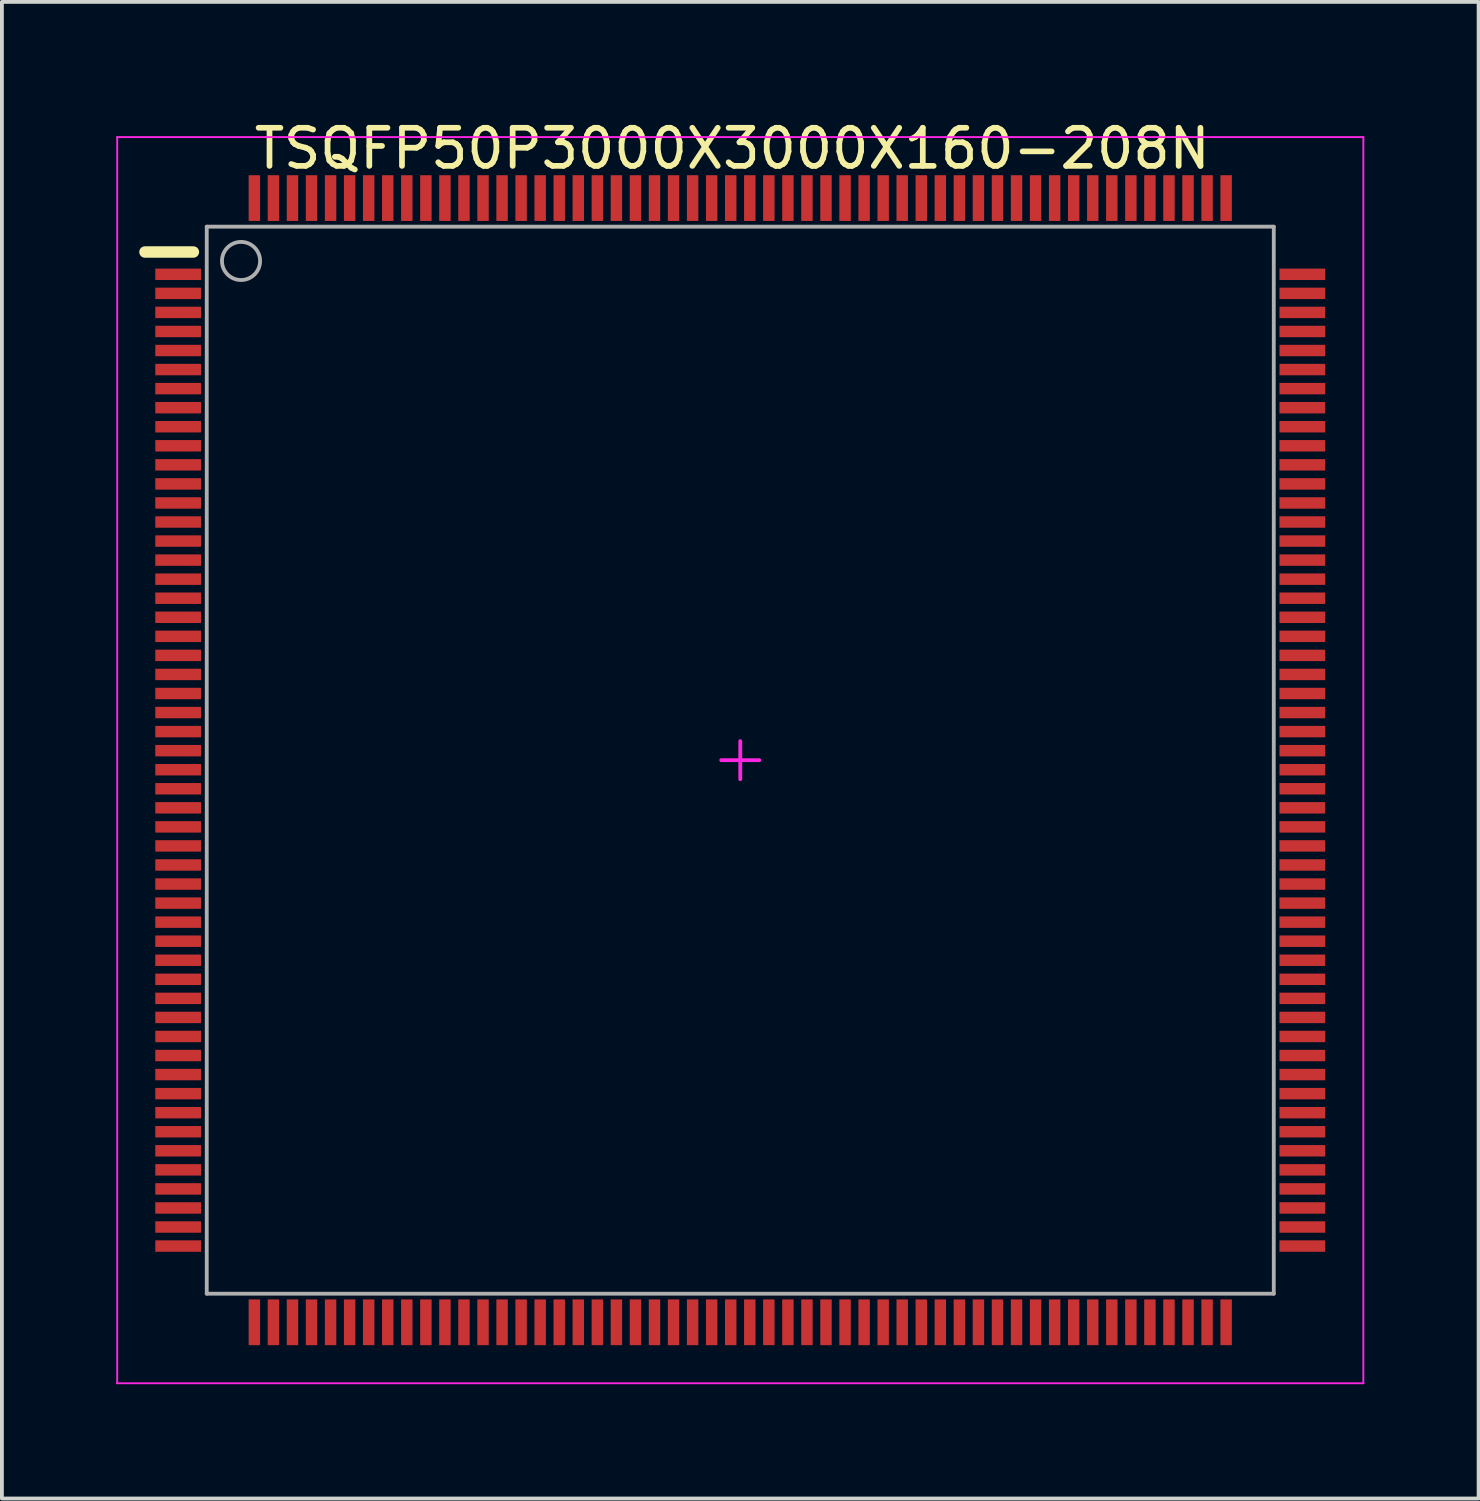
<source format=kicad_pcb>
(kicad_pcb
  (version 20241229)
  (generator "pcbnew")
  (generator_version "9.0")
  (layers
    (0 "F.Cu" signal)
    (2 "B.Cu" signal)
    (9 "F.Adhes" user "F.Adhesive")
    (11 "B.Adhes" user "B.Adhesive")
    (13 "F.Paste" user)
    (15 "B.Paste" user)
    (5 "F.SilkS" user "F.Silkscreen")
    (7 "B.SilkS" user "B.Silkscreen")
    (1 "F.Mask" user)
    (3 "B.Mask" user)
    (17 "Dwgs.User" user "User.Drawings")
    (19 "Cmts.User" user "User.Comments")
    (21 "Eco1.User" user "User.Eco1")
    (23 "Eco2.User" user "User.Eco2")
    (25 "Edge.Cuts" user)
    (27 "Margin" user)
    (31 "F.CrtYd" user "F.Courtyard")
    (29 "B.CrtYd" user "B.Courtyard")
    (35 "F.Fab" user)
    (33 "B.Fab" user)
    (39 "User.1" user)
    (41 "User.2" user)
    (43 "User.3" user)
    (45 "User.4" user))
  (footprint "TSQFP50P3000X3000X160-208N"
    (layer "F.Cu")
    (at 16.375 16.898)
    (property "Reference" "TSQFP50P3000X3000X160-208N" (at -0.21 -16.05 0) (layer "F.SilkS") (effects (font (size 1 1) (thickness 0.15))))
    (fp_line (start -15.621 -13.335) (end -14.351 -13.335) (stroke (width 0.3) (type solid)) (layer "F.SilkS"))
    (fp_line (start -16.35 -16.35) (end -16.35 16.35) (stroke (width 0.05) (type solid)) (layer "F.CrtYd"))
    (fp_line (start -16.35 -16.35) (end 16.35 -16.35) (stroke (width 0.05) (type solid)) (layer "F.CrtYd"))
    (fp_line (start -16.35 16.35) (end 16.35 16.35) (stroke (width 0.05) (type solid)) (layer "F.CrtYd"))
    (fp_line (start -0.5 0) (end 0.5 0) (stroke (width 0.1) (type solid)) (layer "F.CrtYd"))
    (fp_line (start 0 0.5) (end 0 -0.5) (stroke (width 0.1) (type solid)) (layer "F.CrtYd"))
    (fp_line (start 16.35 16.35) (end 16.35 -16.35) (stroke (width 0.05) (type solid)) (layer "F.CrtYd"))
    (fp_line (start -14 -14) (end 14 -14) (stroke (width 0.1) (type solid)) (layer "F.Fab"))
    (fp_line (start -14 14) (end -14 -14) (stroke (width 0.1) (type solid)) (layer "F.Fab"))
    (fp_line (start -14 14) (end 14 14) (stroke (width 0.1) (type solid)) (layer "F.Fab"))
    (fp_line (start 14 14) (end 14 -14) (stroke (width 0.1) (type solid)) (layer "F.Fab"))
    (fp_circle (center -13.1 -13.1) (end -13.1 -13.6) (stroke (width 0.1) (type solid)) (fill no) (layer "F.Fab"))
    (pad "1" smd rect (at -14.75 -12.75 90) (size 0.3 1.2) (layers "F.Cu" "F.Mask" "F.Paste"))
    (pad "2" smd rect (at -14.75 -12.25 90) (size 0.3 1.2) (layers "F.Cu" "F.Mask" "F.Paste"))
    (pad "3" smd rect (at -14.75 -11.75 90) (size 0.3 1.2) (layers "F.Cu" "F.Mask" "F.Paste"))
    (pad "4" smd rect (at -14.75 -11.25 90) (size 0.3 1.2) (layers "F.Cu" "F.Mask" "F.Paste"))
    (pad "5" smd rect (at -14.75 -10.75 90) (size 0.3 1.2) (layers "F.Cu" "F.Mask" "F.Paste"))
    (pad "6" smd rect (at -14.75 -10.25 90) (size 0.3 1.2) (layers "F.Cu" "F.Mask" "F.Paste"))
    (pad "7" smd rect (at -14.75 -9.75 90) (size 0.3 1.2) (layers "F.Cu" "F.Mask" "F.Paste"))
    (pad "8" smd rect (at -14.75 -9.25 90) (size 0.3 1.2) (layers "F.Cu" "F.Mask" "F.Paste"))
    (pad "9" smd rect (at -14.75 -8.75 90) (size 0.3 1.2) (layers "F.Cu" "F.Mask" "F.Paste"))
    (pad "10" smd rect (at -14.75 -8.25 90) (size 0.3 1.2) (layers "F.Cu" "F.Mask" "F.Paste"))
    (pad "11" smd rect (at -14.75 -7.75 90) (size 0.3 1.2) (layers "F.Cu" "F.Mask" "F.Paste"))
    (pad "12" smd rect (at -14.75 -7.25 90) (size 0.3 1.2) (layers "F.Cu" "F.Mask" "F.Paste"))
    (pad "13" smd rect (at -14.75 -6.75 90) (size 0.3 1.2) (layers "F.Cu" "F.Mask" "F.Paste"))
    (pad "14" smd rect (at -14.75 -6.25 90) (size 0.3 1.2) (layers "F.Cu" "F.Mask" "F.Paste"))
    (pad "15" smd rect (at -14.75 -5.75 90) (size 0.3 1.2) (layers "F.Cu" "F.Mask" "F.Paste"))
    (pad "16" smd rect (at -14.75 -5.25 90) (size 0.3 1.2) (layers "F.Cu" "F.Mask" "F.Paste"))
    (pad "17" smd rect (at -14.75 -4.75 90) (size 0.3 1.2) (layers "F.Cu" "F.Mask" "F.Paste"))
    (pad "18" smd rect (at -14.75 -4.25 90) (size 0.3 1.2) (layers "F.Cu" "F.Mask" "F.Paste"))
    (pad "19" smd rect (at -14.75 -3.75 90) (size 0.3 1.2) (layers "F.Cu" "F.Mask" "F.Paste"))
    (pad "20" smd rect (at -14.75 -3.25 90) (size 0.3 1.2) (layers "F.Cu" "F.Mask" "F.Paste"))
    (pad "21" smd rect (at -14.75 -2.75 90) (size 0.3 1.2) (layers "F.Cu" "F.Mask" "F.Paste"))
    (pad "22" smd rect (at -14.75 -2.25 90) (size 0.3 1.2) (layers "F.Cu" "F.Mask" "F.Paste"))
    (pad "23" smd rect (at -14.75 -1.75 90) (size 0.3 1.2) (layers "F.Cu" "F.Mask" "F.Paste"))
    (pad "24" smd rect (at -14.75 -1.25 90) (size 0.3 1.2) (layers "F.Cu" "F.Mask" "F.Paste"))
    (pad "25" smd rect (at -14.75 -0.75 90) (size 0.3 1.2) (layers "F.Cu" "F.Mask" "F.Paste"))
    (pad "26" smd rect (at -14.75 -0.25 90) (size 0.3 1.2) (layers "F.Cu" "F.Mask" "F.Paste"))
    (pad "27" smd rect (at -14.75 0.25 90) (size 0.3 1.2) (layers "F.Cu" "F.Mask" "F.Paste"))
    (pad "28" smd rect (at -14.75 0.75 90) (size 0.3 1.2) (layers "F.Cu" "F.Mask" "F.Paste"))
    (pad "29" smd rect (at -14.75 1.25 90) (size 0.3 1.2) (layers "F.Cu" "F.Mask" "F.Paste"))
    (pad "30" smd rect (at -14.75 1.75 90) (size 0.3 1.2) (layers "F.Cu" "F.Mask" "F.Paste"))
    (pad "31" smd rect (at -14.75 2.25 90) (size 0.3 1.2) (layers "F.Cu" "F.Mask" "F.Paste"))
    (pad "32" smd rect (at -14.75 2.75 90) (size 0.3 1.2) (layers "F.Cu" "F.Mask" "F.Paste"))
    (pad "33" smd rect (at -14.75 3.25 90) (size 0.3 1.2) (layers "F.Cu" "F.Mask" "F.Paste"))
    (pad "34" smd rect (at -14.75 3.75 90) (size 0.3 1.2) (layers "F.Cu" "F.Mask" "F.Paste"))
    (pad "35" smd rect (at -14.75 4.25 90) (size 0.3 1.2) (layers "F.Cu" "F.Mask" "F.Paste"))
    (pad "36" smd rect (at -14.75 4.75 90) (size 0.3 1.2) (layers "F.Cu" "F.Mask" "F.Paste"))
    (pad "37" smd rect (at -14.75 5.25 90) (size 0.3 1.2) (layers "F.Cu" "F.Mask" "F.Paste"))
    (pad "38" smd rect (at -14.75 5.75 90) (size 0.3 1.2) (layers "F.Cu" "F.Mask" "F.Paste"))
    (pad "39" smd rect (at -14.75 6.25 90) (size 0.3 1.2) (layers "F.Cu" "F.Mask" "F.Paste"))
    (pad "40" smd rect (at -14.75 6.75 90) (size 0.3 1.2) (layers "F.Cu" "F.Mask" "F.Paste"))
    (pad "41" smd rect (at -14.75 7.25 90) (size 0.3 1.2) (layers "F.Cu" "F.Mask" "F.Paste"))
    (pad "42" smd rect (at -14.75 7.75 90) (size 0.3 1.2) (layers "F.Cu" "F.Mask" "F.Paste"))
    (pad "43" smd rect (at -14.75 8.25 90) (size 0.3 1.2) (layers "F.Cu" "F.Mask" "F.Paste"))
    (pad "44" smd rect (at -14.75 8.75 90) (size 0.3 1.2) (layers "F.Cu" "F.Mask" "F.Paste"))
    (pad "45" smd rect (at -14.75 9.25 90) (size 0.3 1.2) (layers "F.Cu" "F.Mask" "F.Paste"))
    (pad "46" smd rect (at -14.75 9.75 90) (size 0.3 1.2) (layers "F.Cu" "F.Mask" "F.Paste"))
    (pad "47" smd rect (at -14.75 10.25 90) (size 0.3 1.2) (layers "F.Cu" "F.Mask" "F.Paste"))
    (pad "48" smd rect (at -14.75 10.75 90) (size 0.3 1.2) (layers "F.Cu" "F.Mask" "F.Paste"))
    (pad "49" smd rect (at -14.75 11.25 90) (size 0.3 1.2) (layers "F.Cu" "F.Mask" "F.Paste"))
    (pad "50" smd rect (at -14.75 11.75 90) (size 0.3 1.2) (layers "F.Cu" "F.Mask" "F.Paste"))
    (pad "51" smd rect (at -14.75 12.25 90) (size 0.3 1.2) (layers "F.Cu" "F.Mask" "F.Paste"))
    (pad "52" smd rect (at -14.75 12.75 90) (size 0.3 1.2) (layers "F.Cu" "F.Mask" "F.Paste"))
    (pad "53" smd rect (at -12.75 14.75) (size 0.3 1.2) (layers "F.Cu" "F.Mask" "F.Paste"))
    (pad "54" smd rect (at -12.25 14.75) (size 0.3 1.2) (layers "F.Cu" "F.Mask" "F.Paste"))
    (pad "55" smd rect (at -11.75 14.75) (size 0.3 1.2) (layers "F.Cu" "F.Mask" "F.Paste"))
    (pad "56" smd rect (at -11.25 14.75) (size 0.3 1.2) (layers "F.Cu" "F.Mask" "F.Paste"))
    (pad "57" smd rect (at -10.75 14.75) (size 0.3 1.2) (layers "F.Cu" "F.Mask" "F.Paste"))
    (pad "58" smd rect (at -10.25 14.75) (size 0.3 1.2) (layers "F.Cu" "F.Mask" "F.Paste"))
    (pad "59" smd rect (at -9.75 14.75) (size 0.3 1.2) (layers "F.Cu" "F.Mask" "F.Paste"))
    (pad "60" smd rect (at -9.25 14.75) (size 0.3 1.2) (layers "F.Cu" "F.Mask" "F.Paste"))
    (pad "61" smd rect (at -8.75 14.75) (size 0.3 1.2) (layers "F.Cu" "F.Mask" "F.Paste"))
    (pad "62" smd rect (at -8.25 14.75) (size 0.3 1.2) (layers "F.Cu" "F.Mask" "F.Paste"))
    (pad "63" smd rect (at -7.75 14.75) (size 0.3 1.2) (layers "F.Cu" "F.Mask" "F.Paste"))
    (pad "64" smd rect (at -7.25 14.75) (size 0.3 1.2) (layers "F.Cu" "F.Mask" "F.Paste"))
    (pad "65" smd rect (at -6.75 14.75) (size 0.3 1.2) (layers "F.Cu" "F.Mask" "F.Paste"))
    (pad "66" smd rect (at -6.25 14.75) (size 0.3 1.2) (layers "F.Cu" "F.Mask" "F.Paste"))
    (pad "67" smd rect (at -5.75 14.75) (size 0.3 1.2) (layers "F.Cu" "F.Mask" "F.Paste"))
    (pad "68" smd rect (at -5.25 14.75) (size 0.3 1.2) (layers "F.Cu" "F.Mask" "F.Paste"))
    (pad "69" smd rect (at -4.75 14.75) (size 0.3 1.2) (layers "F.Cu" "F.Mask" "F.Paste"))
    (pad "70" smd rect (at -4.25 14.75) (size 0.3 1.2) (layers "F.Cu" "F.Mask" "F.Paste"))
    (pad "71" smd rect (at -3.75 14.75) (size 0.3 1.2) (layers "F.Cu" "F.Mask" "F.Paste"))
    (pad "72" smd rect (at -3.25 14.75) (size 0.3 1.2) (layers "F.Cu" "F.Mask" "F.Paste"))
    (pad "73" smd rect (at -2.75 14.75) (size 0.3 1.2) (layers "F.Cu" "F.Mask" "F.Paste"))
    (pad "74" smd rect (at -2.25 14.75) (size 0.3 1.2) (layers "F.Cu" "F.Mask" "F.Paste"))
    (pad "75" smd rect (at -1.75 14.75) (size 0.3 1.2) (layers "F.Cu" "F.Mask" "F.Paste"))
    (pad "76" smd rect (at -1.25 14.75) (size 0.3 1.2) (layers "F.Cu" "F.Mask" "F.Paste"))
    (pad "77" smd rect (at -0.75 14.75) (size 0.3 1.2) (layers "F.Cu" "F.Mask" "F.Paste"))
    (pad "78" smd rect (at -0.25 14.75) (size 0.3 1.2) (layers "F.Cu" "F.Mask" "F.Paste"))
    (pad "79" smd rect (at 0.25 14.75) (size 0.3 1.2) (layers "F.Cu" "F.Mask" "F.Paste"))
    (pad "80" smd rect (at 0.75 14.75) (size 0.3 1.2) (layers "F.Cu" "F.Mask" "F.Paste"))
    (pad "81" smd rect (at 1.25 14.75) (size 0.3 1.2) (layers "F.Cu" "F.Mask" "F.Paste"))
    (pad "82" smd rect (at 1.75 14.75) (size 0.3 1.2) (layers "F.Cu" "F.Mask" "F.Paste"))
    (pad "83" smd rect (at 2.25 14.75) (size 0.3 1.2) (layers "F.Cu" "F.Mask" "F.Paste"))
    (pad "84" smd rect (at 2.75 14.75) (size 0.3 1.2) (layers "F.Cu" "F.Mask" "F.Paste"))
    (pad "85" smd rect (at 3.25 14.75) (size 0.3 1.2) (layers "F.Cu" "F.Mask" "F.Paste"))
    (pad "86" smd rect (at 3.75 14.75) (size 0.3 1.2) (layers "F.Cu" "F.Mask" "F.Paste"))
    (pad "87" smd rect (at 4.25 14.75) (size 0.3 1.2) (layers "F.Cu" "F.Mask" "F.Paste"))
    (pad "88" smd rect (at 4.75 14.75) (size 0.3 1.2) (layers "F.Cu" "F.Mask" "F.Paste"))
    (pad "89" smd rect (at 5.25 14.75) (size 0.3 1.2) (layers "F.Cu" "F.Mask" "F.Paste"))
    (pad "90" smd rect (at 5.75 14.75) (size 0.3 1.2) (layers "F.Cu" "F.Mask" "F.Paste"))
    (pad "91" smd rect (at 6.25 14.75) (size 0.3 1.2) (layers "F.Cu" "F.Mask" "F.Paste"))
    (pad "92" smd rect (at 6.75 14.75) (size 0.3 1.2) (layers "F.Cu" "F.Mask" "F.Paste"))
    (pad "93" smd rect (at 7.25 14.75) (size 0.3 1.2) (layers "F.Cu" "F.Mask" "F.Paste"))
    (pad "94" smd rect (at 7.75 14.75) (size 0.3 1.2) (layers "F.Cu" "F.Mask" "F.Paste"))
    (pad "95" smd rect (at 8.25 14.75) (size 0.3 1.2) (layers "F.Cu" "F.Mask" "F.Paste"))
    (pad "96" smd rect (at 8.75 14.75) (size 0.3 1.2) (layers "F.Cu" "F.Mask" "F.Paste"))
    (pad "97" smd rect (at 9.25 14.75) (size 0.3 1.2) (layers "F.Cu" "F.Mask" "F.Paste"))
    (pad "98" smd rect (at 9.75 14.75) (size 0.3 1.2) (layers "F.Cu" "F.Mask" "F.Paste"))
    (pad "99" smd rect (at 10.25 14.75) (size 0.3 1.2) (layers "F.Cu" "F.Mask" "F.Paste"))
    (pad "100" smd rect (at 10.75 14.75) (size 0.3 1.2) (layers "F.Cu" "F.Mask" "F.Paste"))
    (pad "101" smd rect (at 11.25 14.75) (size 0.3 1.2) (layers "F.Cu" "F.Mask" "F.Paste"))
    (pad "102" smd rect (at 11.75 14.75) (size 0.3 1.2) (layers "F.Cu" "F.Mask" "F.Paste"))
    (pad "103" smd rect (at 12.25 14.75) (size 0.3 1.2) (layers "F.Cu" "F.Mask" "F.Paste"))
    (pad "104" smd rect (at 12.75 14.75) (size 0.3 1.2) (layers "F.Cu" "F.Mask" "F.Paste"))
    (pad "105" smd rect (at 14.75 12.75 90) (size 0.3 1.2) (layers "F.Cu" "F.Mask" "F.Paste"))
    (pad "106" smd rect (at 14.75 12.25 90) (size 0.3 1.2) (layers "F.Cu" "F.Mask" "F.Paste"))
    (pad "107" smd rect (at 14.75 11.75 90) (size 0.3 1.2) (layers "F.Cu" "F.Mask" "F.Paste"))
    (pad "108" smd rect (at 14.75 11.25 90) (size 0.3 1.2) (layers "F.Cu" "F.Mask" "F.Paste"))
    (pad "109" smd rect (at 14.75 10.75 90) (size 0.3 1.2) (layers "F.Cu" "F.Mask" "F.Paste"))
    (pad "110" smd rect (at 14.75 10.25 90) (size 0.3 1.2) (layers "F.Cu" "F.Mask" "F.Paste"))
    (pad "111" smd rect (at 14.75 9.75 90) (size 0.3 1.2) (layers "F.Cu" "F.Mask" "F.Paste"))
    (pad "112" smd rect (at 14.75 9.25 90) (size 0.3 1.2) (layers "F.Cu" "F.Mask" "F.Paste"))
    (pad "113" smd rect (at 14.75 8.75 90) (size 0.3 1.2) (layers "F.Cu" "F.Mask" "F.Paste"))
    (pad "114" smd rect (at 14.75 8.25 90) (size 0.3 1.2) (layers "F.Cu" "F.Mask" "F.Paste"))
    (pad "115" smd rect (at 14.75 7.75 90) (size 0.3 1.2) (layers "F.Cu" "F.Mask" "F.Paste"))
    (pad "116" smd rect (at 14.75 7.25 90) (size 0.3 1.2) (layers "F.Cu" "F.Mask" "F.Paste"))
    (pad "117" smd rect (at 14.75 6.75 90) (size 0.3 1.2) (layers "F.Cu" "F.Mask" "F.Paste"))
    (pad "118" smd rect (at 14.75 6.25 90) (size 0.3 1.2) (layers "F.Cu" "F.Mask" "F.Paste"))
    (pad "119" smd rect (at 14.75 5.75 90) (size 0.3 1.2) (layers "F.Cu" "F.Mask" "F.Paste"))
    (pad "120" smd rect (at 14.75 5.25 90) (size 0.3 1.2) (layers "F.Cu" "F.Mask" "F.Paste"))
    (pad "121" smd rect (at 14.75 4.75 90) (size 0.3 1.2) (layers "F.Cu" "F.Mask" "F.Paste"))
    (pad "122" smd rect (at 14.75 4.25 90) (size 0.3 1.2) (layers "F.Cu" "F.Mask" "F.Paste"))
    (pad "123" smd rect (at 14.75 3.75 90) (size 0.3 1.2) (layers "F.Cu" "F.Mask" "F.Paste"))
    (pad "124" smd rect (at 14.75 3.25 90) (size 0.3 1.2) (layers "F.Cu" "F.Mask" "F.Paste"))
    (pad "125" smd rect (at 14.75 2.75 90) (size 0.3 1.2) (layers "F.Cu" "F.Mask" "F.Paste"))
    (pad "126" smd rect (at 14.75 2.25 90) (size 0.3 1.2) (layers "F.Cu" "F.Mask" "F.Paste"))
    (pad "127" smd rect (at 14.75 1.75 90) (size 0.3 1.2) (layers "F.Cu" "F.Mask" "F.Paste"))
    (pad "128" smd rect (at 14.75 1.25 90) (size 0.3 1.2) (layers "F.Cu" "F.Mask" "F.Paste"))
    (pad "129" smd rect (at 14.75 0.75 90) (size 0.3 1.2) (layers "F.Cu" "F.Mask" "F.Paste"))
    (pad "130" smd rect (at 14.75 0.25 90) (size 0.3 1.2) (layers "F.Cu" "F.Mask" "F.Paste"))
    (pad "131" smd rect (at 14.75 -0.25 90) (size 0.3 1.2) (layers "F.Cu" "F.Mask" "F.Paste"))
    (pad "132" smd rect (at 14.75 -0.75 90) (size 0.3 1.2) (layers "F.Cu" "F.Mask" "F.Paste"))
    (pad "133" smd rect (at 14.75 -1.25 90) (size 0.3 1.2) (layers "F.Cu" "F.Mask" "F.Paste"))
    (pad "134" smd rect (at 14.75 -1.75 90) (size 0.3 1.2) (layers "F.Cu" "F.Mask" "F.Paste"))
    (pad "135" smd rect (at 14.75 -2.25 90) (size 0.3 1.2) (layers "F.Cu" "F.Mask" "F.Paste"))
    (pad "136" smd rect (at 14.75 -2.75 90) (size 0.3 1.2) (layers "F.Cu" "F.Mask" "F.Paste"))
    (pad "137" smd rect (at 14.75 -3.25 90) (size 0.3 1.2) (layers "F.Cu" "F.Mask" "F.Paste"))
    (pad "138" smd rect (at 14.75 -3.75 90) (size 0.3 1.2) (layers "F.Cu" "F.Mask" "F.Paste"))
    (pad "139" smd rect (at 14.75 -4.25 90) (size 0.3 1.2) (layers "F.Cu" "F.Mask" "F.Paste"))
    (pad "140" smd rect (at 14.75 -4.75 90) (size 0.3 1.2) (layers "F.Cu" "F.Mask" "F.Paste"))
    (pad "141" smd rect (at 14.75 -5.25 90) (size 0.3 1.2) (layers "F.Cu" "F.Mask" "F.Paste"))
    (pad "142" smd rect (at 14.75 -5.75 90) (size 0.3 1.2) (layers "F.Cu" "F.Mask" "F.Paste"))
    (pad "143" smd rect (at 14.75 -6.25 90) (size 0.3 1.2) (layers "F.Cu" "F.Mask" "F.Paste"))
    (pad "144" smd rect (at 14.75 -6.75 90) (size 0.3 1.2) (layers "F.Cu" "F.Mask" "F.Paste"))
    (pad "145" smd rect (at 14.75 -7.25 90) (size 0.3 1.2) (layers "F.Cu" "F.Mask" "F.Paste"))
    (pad "146" smd rect (at 14.75 -7.75 90) (size 0.3 1.2) (layers "F.Cu" "F.Mask" "F.Paste"))
    (pad "147" smd rect (at 14.75 -8.25 90) (size 0.3 1.2) (layers "F.Cu" "F.Mask" "F.Paste"))
    (pad "148" smd rect (at 14.75 -8.75 90) (size 0.3 1.2) (layers "F.Cu" "F.Mask" "F.Paste"))
    (pad "149" smd rect (at 14.75 -9.25 90) (size 0.3 1.2) (layers "F.Cu" "F.Mask" "F.Paste"))
    (pad "150" smd rect (at 14.75 -9.75 90) (size 0.3 1.2) (layers "F.Cu" "F.Mask" "F.Paste"))
    (pad "151" smd rect (at 14.75 -10.25 90) (size 0.3 1.2) (layers "F.Cu" "F.Mask" "F.Paste"))
    (pad "152" smd rect (at 14.75 -10.75 90) (size 0.3 1.2) (layers "F.Cu" "F.Mask" "F.Paste"))
    (pad "153" smd rect (at 14.75 -11.25 90) (size 0.3 1.2) (layers "F.Cu" "F.Mask" "F.Paste"))
    (pad "154" smd rect (at 14.75 -11.75 90) (size 0.3 1.2) (layers "F.Cu" "F.Mask" "F.Paste"))
    (pad "155" smd rect (at 14.75 -12.25 90) (size 0.3 1.2) (layers "F.Cu" "F.Mask" "F.Paste"))
    (pad "156" smd rect (at 14.75 -12.75 90) (size 0.3 1.2) (layers "F.Cu" "F.Mask" "F.Paste"))
    (pad "157" smd rect (at 12.75 -14.75) (size 0.3 1.2) (layers "F.Cu" "F.Mask" "F.Paste"))
    (pad "158" smd rect (at 12.25 -14.75) (size 0.3 1.2) (layers "F.Cu" "F.Mask" "F.Paste"))
    (pad "159" smd rect (at 11.75 -14.75) (size 0.3 1.2) (layers "F.Cu" "F.Mask" "F.Paste"))
    (pad "160" smd rect (at 11.25 -14.75) (size 0.3 1.2) (layers "F.Cu" "F.Mask" "F.Paste"))
    (pad "161" smd rect (at 10.75 -14.75) (size 0.3 1.2) (layers "F.Cu" "F.Mask" "F.Paste"))
    (pad "162" smd rect (at 10.25 -14.75) (size 0.3 1.2) (layers "F.Cu" "F.Mask" "F.Paste"))
    (pad "163" smd rect (at 9.75 -14.75) (size 0.3 1.2) (layers "F.Cu" "F.Mask" "F.Paste"))
    (pad "164" smd rect (at 9.25 -14.75) (size 0.3 1.2) (layers "F.Cu" "F.Mask" "F.Paste"))
    (pad "165" smd rect (at 8.75 -14.75) (size 0.3 1.2) (layers "F.Cu" "F.Mask" "F.Paste"))
    (pad "166" smd rect (at 8.25 -14.75) (size 0.3 1.2) (layers "F.Cu" "F.Mask" "F.Paste"))
    (pad "167" smd rect (at 7.75 -14.75) (size 0.3 1.2) (layers "F.Cu" "F.Mask" "F.Paste"))
    (pad "168" smd rect (at 7.25 -14.75) (size 0.3 1.2) (layers "F.Cu" "F.Mask" "F.Paste"))
    (pad "169" smd rect (at 6.75 -14.75) (size 0.3 1.2) (layers "F.Cu" "F.Mask" "F.Paste"))
    (pad "170" smd rect (at 6.25 -14.75) (size 0.3 1.2) (layers "F.Cu" "F.Mask" "F.Paste"))
    (pad "171" smd rect (at 5.75 -14.75) (size 0.3 1.2) (layers "F.Cu" "F.Mask" "F.Paste"))
    (pad "172" smd rect (at 5.25 -14.75) (size 0.3 1.2) (layers "F.Cu" "F.Mask" "F.Paste"))
    (pad "173" smd rect (at 4.75 -14.75) (size 0.3 1.2) (layers "F.Cu" "F.Mask" "F.Paste"))
    (pad "174" smd rect (at 4.25 -14.75) (size 0.3 1.2) (layers "F.Cu" "F.Mask" "F.Paste"))
    (pad "175" smd rect (at 3.75 -14.75) (size 0.3 1.2) (layers "F.Cu" "F.Mask" "F.Paste"))
    (pad "176" smd rect (at 3.25 -14.75) (size 0.3 1.2) (layers "F.Cu" "F.Mask" "F.Paste"))
    (pad "177" smd rect (at 2.75 -14.75) (size 0.3 1.2) (layers "F.Cu" "F.Mask" "F.Paste"))
    (pad "178" smd rect (at 2.25 -14.75) (size 0.3 1.2) (layers "F.Cu" "F.Mask" "F.Paste"))
    (pad "179" smd rect (at 1.75 -14.75) (size 0.3 1.2) (layers "F.Cu" "F.Mask" "F.Paste"))
    (pad "180" smd rect (at 1.25 -14.75) (size 0.3 1.2) (layers "F.Cu" "F.Mask" "F.Paste"))
    (pad "181" smd rect (at 0.75 -14.75) (size 0.3 1.2) (layers "F.Cu" "F.Mask" "F.Paste"))
    (pad "182" smd rect (at 0.25 -14.75) (size 0.3 1.2) (layers "F.Cu" "F.Mask" "F.Paste"))
    (pad "183" smd rect (at -0.25 -14.75) (size 0.3 1.2) (layers "F.Cu" "F.Mask" "F.Paste"))
    (pad "184" smd rect (at -0.75 -14.75) (size 0.3 1.2) (layers "F.Cu" "F.Mask" "F.Paste"))
    (pad "185" smd rect (at -1.25 -14.75) (size 0.3 1.2) (layers "F.Cu" "F.Mask" "F.Paste"))
    (pad "186" smd rect (at -1.75 -14.75) (size 0.3 1.2) (layers "F.Cu" "F.Mask" "F.Paste"))
    (pad "187" smd rect (at -2.25 -14.75) (size 0.3 1.2) (layers "F.Cu" "F.Mask" "F.Paste"))
    (pad "188" smd rect (at -2.75 -14.75) (size 0.3 1.2) (layers "F.Cu" "F.Mask" "F.Paste"))
    (pad "189" smd rect (at -3.25 -14.75) (size 0.3 1.2) (layers "F.Cu" "F.Mask" "F.Paste"))
    (pad "190" smd rect (at -3.75 -14.75) (size 0.3 1.2) (layers "F.Cu" "F.Mask" "F.Paste"))
    (pad "191" smd rect (at -4.25 -14.75) (size 0.3 1.2) (layers "F.Cu" "F.Mask" "F.Paste"))
    (pad "192" smd rect (at -4.75 -14.75) (size 0.3 1.2) (layers "F.Cu" "F.Mask" "F.Paste"))
    (pad "193" smd rect (at -5.25 -14.75) (size 0.3 1.2) (layers "F.Cu" "F.Mask" "F.Paste"))
    (pad "194" smd rect (at -5.75 -14.75) (size 0.3 1.2) (layers "F.Cu" "F.Mask" "F.Paste"))
    (pad "195" smd rect (at -6.25 -14.75) (size 0.3 1.2) (layers "F.Cu" "F.Mask" "F.Paste"))
    (pad "196" smd rect (at -6.75 -14.75) (size 0.3 1.2) (layers "F.Cu" "F.Mask" "F.Paste"))
    (pad "197" smd rect (at -7.25 -14.75) (size 0.3 1.2) (layers "F.Cu" "F.Mask" "F.Paste"))
    (pad "198" smd rect (at -7.75 -14.75) (size 0.3 1.2) (layers "F.Cu" "F.Mask" "F.Paste"))
    (pad "199" smd rect (at -8.25 -14.75) (size 0.3 1.2) (layers "F.Cu" "F.Mask" "F.Paste"))
    (pad "200" smd rect (at -8.75 -14.75) (size 0.3 1.2) (layers "F.Cu" "F.Mask" "F.Paste"))
    (pad "201" smd rect (at -9.25 -14.75) (size 0.3 1.2) (layers "F.Cu" "F.Mask" "F.Paste"))
    (pad "202" smd rect (at -9.75 -14.75) (size 0.3 1.2) (layers "F.Cu" "F.Mask" "F.Paste"))
    (pad "203" smd rect (at -10.25 -14.75) (size 0.3 1.2) (layers "F.Cu" "F.Mask" "F.Paste"))
    (pad "204" smd rect (at -10.75 -14.75) (size 0.3 1.2) (layers "F.Cu" "F.Mask" "F.Paste"))
    (pad "205" smd rect (at -11.25 -14.75) (size 0.3 1.2) (layers "F.Cu" "F.Mask" "F.Paste"))
    (pad "206" smd rect (at -11.75 -14.75) (size 0.3 1.2) (layers "F.Cu" "F.Mask" "F.Paste"))
    (pad "207" smd rect (at -12.25 -14.75) (size 0.3 1.2) (layers "F.Cu" "F.Mask" "F.Paste"))
    (pad "208" smd rect (at -12.75 -14.75) (size 0.3 1.2) (layers "F.Cu" "F.Mask" "F.Paste")))
  (gr_rect
    (start -3 -3)
    (end 35.75 36.273)
    (stroke (width 0.1) (type default))
    (fill no)
    (layer "Edge.Cuts")))
</source>
